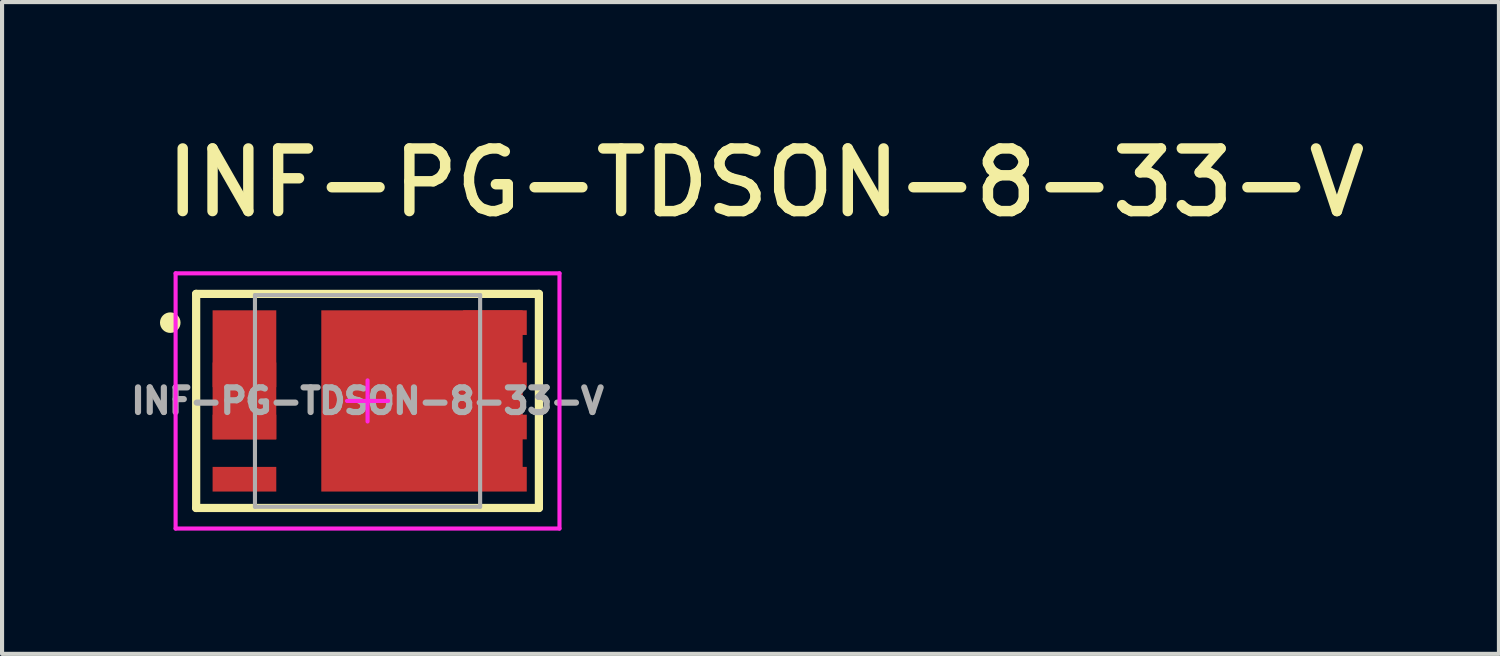
<source format=kicad_pcb>
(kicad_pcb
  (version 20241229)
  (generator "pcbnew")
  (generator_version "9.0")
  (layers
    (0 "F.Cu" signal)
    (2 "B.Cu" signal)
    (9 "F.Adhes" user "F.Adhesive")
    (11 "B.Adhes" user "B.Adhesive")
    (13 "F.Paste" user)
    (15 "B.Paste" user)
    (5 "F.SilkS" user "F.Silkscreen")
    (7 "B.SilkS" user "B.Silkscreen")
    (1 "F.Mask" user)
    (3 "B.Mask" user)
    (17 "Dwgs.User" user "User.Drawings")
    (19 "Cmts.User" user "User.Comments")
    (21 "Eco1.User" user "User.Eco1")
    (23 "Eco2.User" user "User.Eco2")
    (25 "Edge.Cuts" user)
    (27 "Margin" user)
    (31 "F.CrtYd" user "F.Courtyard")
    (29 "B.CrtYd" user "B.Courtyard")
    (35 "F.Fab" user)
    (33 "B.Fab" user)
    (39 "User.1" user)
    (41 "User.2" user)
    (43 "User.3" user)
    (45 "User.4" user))
  (footprint "INF-PG-TDSON-8-33-V"
    (layer "F.Cu")
    (at 8.486 6.706)
    (property "Reference" "INF-PG-TDSON-8-33-V" (at -7.62 -4.42 0) (unlocked yes) (layer "F.SilkS") (effects (font (size 1.524 1.524) (thickness 0.254)) (justify left bottom)))
    (fp_poly (pts (xy -5.428 -2.205) (xy -4.812 -2.205) (xy -4.813 0.935) (xy -5.428 0.935)) (stroke (width 0) (type default)) (fill yes) (layer "F.Mask"))
    (fp_poly (pts (xy -3.717 -2.205) (xy -0.168 -2.205) (xy -0.168 2.205) (xy -3.718 2.205)) (stroke (width 0) (type default)) (fill yes) (layer "F.Mask"))
    (fp_line (start -6.763 -2.605) (end 1.577 -2.605) (stroke (width 0.2) (type solid)) (layer "F.SilkS"))
    (fp_line (start -6.763 2.605) (end -6.763 -2.605) (stroke (width 0.2) (type solid)) (layer "F.SilkS"))
    (fp_line (start -6.763 2.605) (end 1.577 2.605) (stroke (width 0.2) (type solid)) (layer "F.SilkS"))
    (fp_line (start 1.577 2.605) (end 1.577 -2.605) (stroke (width 0.2) (type solid)) (layer "F.SilkS"))
    (fp_circle (center -7.393 -1.905) (end -7.393 -2.03) (stroke (width 0.25) (type solid)) (fill no) (layer "F.SilkS"))
    (fp_poly (pts (xy -5.562 -2.155) (xy -5.562 -1.655) (xy -6.312 -1.655) (xy -6.312 -2.155)) (stroke (width 0) (type default)) (fill yes) (layer "F.Paste"))
    (fp_poly (pts (xy -5.562 -0.885) (xy -5.562 -0.385) (xy -6.312 -0.385) (xy -6.312 -0.885)) (stroke (width 0) (type default)) (fill yes) (layer "F.Paste"))
    (fp_poly (pts (xy -5.562 0.385) (xy -5.562 0.885) (xy -6.312 0.885) (xy -6.312 0.385)) (stroke (width 0) (type default)) (fill yes) (layer "F.Paste"))
    (fp_poly (pts (xy -5.112 1.655) (xy -5.112 2.155) (xy -6.312 2.155) (xy -6.312 1.655)) (stroke (width 0) (type default)) (fill yes) (layer "F.Paste"))
    (fp_poly (pts (xy -4.912 -2.155) (xy -4.912 -1.305) (xy -5.362 -1.305) (xy -5.362 -2.155)) (stroke (width 0) (type default)) (fill yes) (layer "F.Paste"))
    (fp_poly (pts (xy -4.912 -1.059) (xy -4.912 -0.209) (xy -5.362 -0.209) (xy -5.362 -1.059)) (stroke (width 0) (type default)) (fill yes) (layer "F.Paste"))
    (fp_poly (pts (xy -4.912 0.037) (xy -4.912 0.887) (xy -5.362 0.887) (xy -5.362 0.037)) (stroke (width 0) (type default)) (fill yes) (layer "F.Paste"))
    (fp_poly (pts (xy -3.552 -0.1) (xy -3.552 -1.6) (xy -2.052 -1.6) (xy -2.052 -0.1)) (stroke (width 0) (type default)) (fill yes) (layer "F.Paste"))
    (fp_poly (pts (xy -3.552 1.6) (xy -3.552 0.1) (xy -2.052 0.1) (xy -2.052 1.6)) (stroke (width 0) (type default)) (fill yes) (layer "F.Paste"))
    (fp_poly (pts (xy -0.352 -1.6) (xy -0.352 -0.1) (xy -1.853 -0.1) (xy -1.853 -1.6)) (stroke (width 0) (type default)) (fill yes) (layer "F.Paste"))
    (fp_poly (pts (xy -0.352 1.6) (xy -1.853 1.6) (xy -1.853 0.1) (xy -0.352 0.1)) (stroke (width 0) (type default)) (fill yes) (layer "F.Paste"))
    (fp_poly (pts (xy 1.127 -2.155) (xy 1.127 -1.655) (xy -0.072 -1.655) (xy -0.072 -2.155)) (stroke (width 0) (type default)) (fill yes) (layer "F.Paste"))
    (fp_poly (pts (xy 1.127 -0.885) (xy 1.127 -0.385) (xy -0.072 -0.385) (xy -0.072 -0.885)) (stroke (width 0) (type default)) (fill yes) (layer "F.Paste"))
    (fp_poly (pts (xy 1.127 0.385) (xy 1.127 0.885) (xy -0.072 0.885) (xy -0.072 0.385)) (stroke (width 0) (type default)) (fill yes) (layer "F.Paste"))
    (fp_poly (pts (xy 1.127 1.655) (xy 1.127 2.155) (xy -0.072 2.155) (xy -0.072 1.655)) (stroke (width 0) (type default)) (fill yes) (layer "F.Paste"))
    (fp_line (start -7.263 -3.105) (end 2.078 -3.105) (stroke (width 0.1) (type solid)) (layer "F.CrtYd"))
    (fp_line (start -7.263 3.105) (end -7.263 -3.105) (stroke (width 0.1) (type solid)) (layer "F.CrtYd"))
    (fp_line (start -7.263 3.105) (end 2.078 3.105) (stroke (width 0.1) (type solid)) (layer "F.CrtYd"))
    (fp_line (start -3.092 0) (end -2.092 0) (stroke (width 0.1) (type solid)) (layer "F.CrtYd"))
    (fp_line (start -2.592 0.5) (end -2.592 -0.5) (stroke (width 0.1) (type solid)) (layer "F.CrtYd"))
    (fp_line (start 2.078 3.105) (end 2.078 -3.105) (stroke (width 0.1) (type solid)) (layer "F.CrtYd"))
    (fp_line (start -5.332 -2.575) (end 0.147 -2.575) (stroke (width 0.1) (type solid)) (layer "F.Fab"))
    (fp_line (start -5.332 2.575) (end -5.332 -2.575) (stroke (width 0.1) (type solid)) (layer "F.Fab"))
    (fp_line (start -5.332 2.575) (end 0.147 2.575) (stroke (width 0.1) (type solid)) (layer "F.Fab"))
    (fp_line (start 0.147 2.575) (end 0.147 -2.575) (stroke (width 0.1) (type solid)) (layer "F.Fab"))
    (fp_text user "${REFERENCE}" (at -2.592 -0.00001 0) (unlocked yes) (layer "F.Fab") (effects (font (size 0.6 0.6) (thickness 0.15))))
    (pad "1" smd custom (at -5.588 -1.905) (size 1.55 0.6) (layers "F.Cu" "F.Mask" "F.Paste") (options (anchor rect)) (primitives (gr_poly (pts (xy 0.775 -0.3) (xy 0.775 2.84) (xy -0.775 2.84) (xy -0.775 -0.3) (xy 0 -0.3)) (width 0) (fill yes))))
    (pad "2" smd rect (at -5.588 -0.635) (size 1.55 0.6) (layers "F.Cu" "F.Mask" "F.Paste"))
    (pad "3" smd rect (at -5.588 0.635) (size 1.55 0.6) (layers "F.Cu" "F.Mask" "F.Paste"))
    (pad "4" smd rect (at -5.588 1.905) (size 1.55 0.6) (layers "F.Cu" "F.Mask" "F.Paste"))
    (pad "5" smd custom (at 0.507 1.905) (size 1.55 0.6) (layers "F.Cu" "F.Mask" "F.Paste") (options (anchor rect)) (primitives (gr_poly (pts (xy 0.675 -4.11) (xy 0.675 0.3) (xy -4.225 0.3) (xy -4.225 -4.11)) (width 0) (fill yes))))
    (pad "6" smd rect (at 0.507 0.635) (size 1.55 0.6) (layers "F.Cu" "F.Mask" "F.Paste"))
    (pad "7" smd rect (at 0.507 -0.635) (size 1.55 0.6) (layers "F.Cu" "F.Mask" "F.Paste"))
    (pad "8" smd rect (at 0.507 -1.905) (size 1.55 0.6) (layers "F.Cu" "F.Mask" "F.Paste")))
  (gr_rect
    (start -3 -3)
    (end 33.424 12.861)
    (stroke (width 0.1) (type default))
    (fill no)
    (layer "Edge.Cuts")))
</source>
